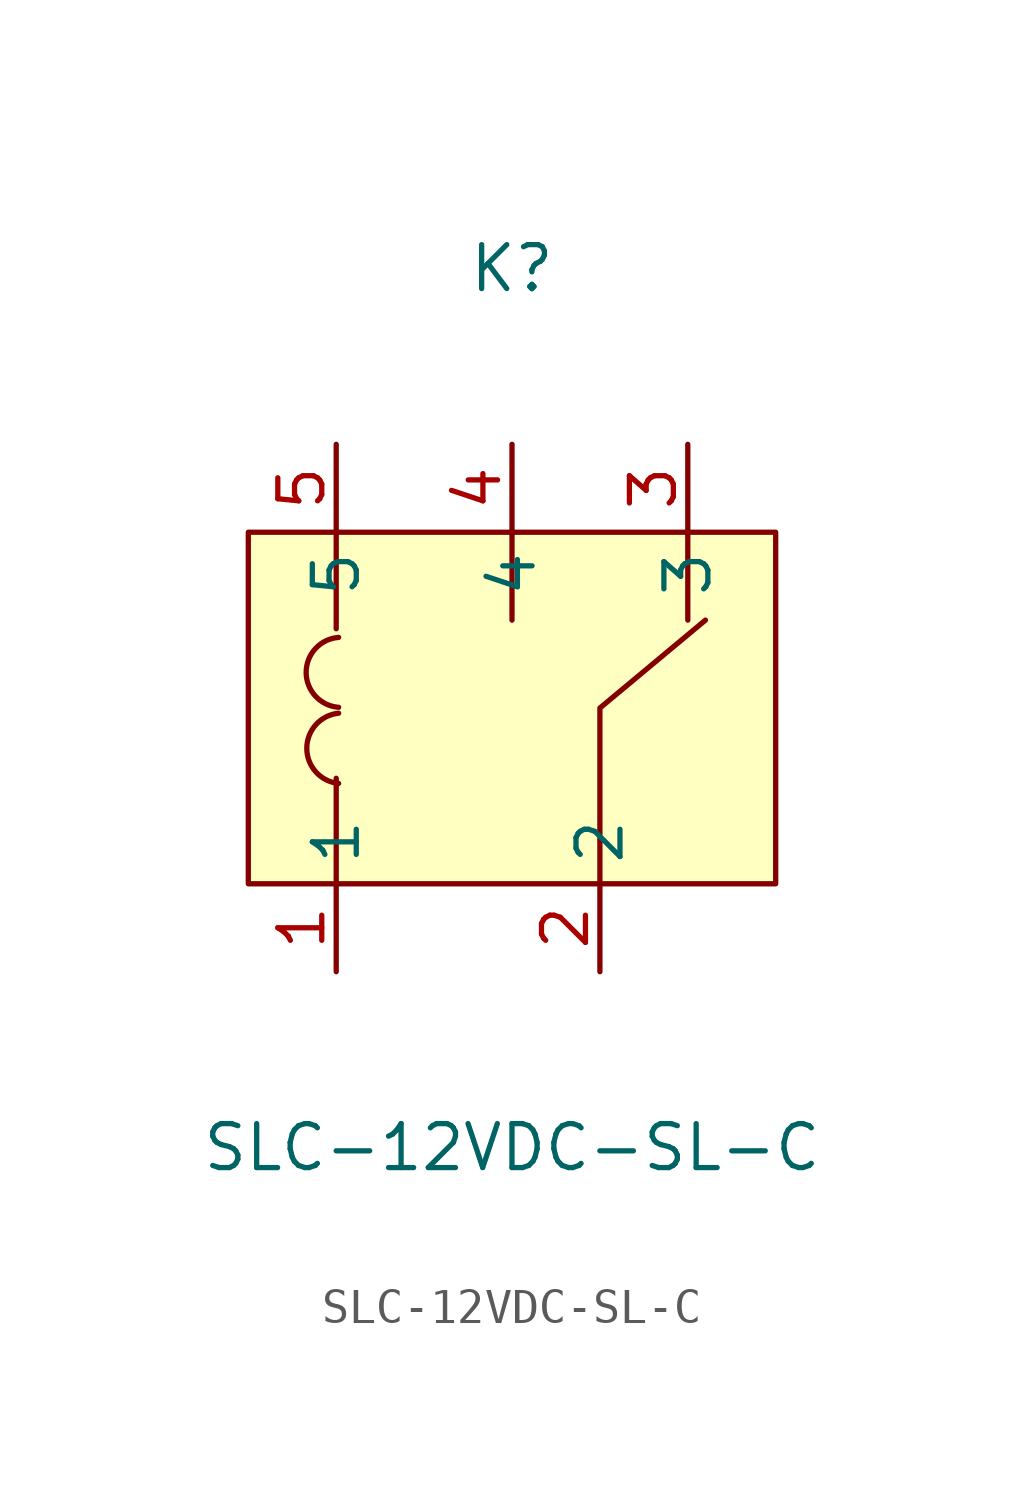
<source format=kicad_sym>
(kicad_symbol_lib
  (version 20211014)
  (generator https://github.com/uPesy/easyeda2kicad.py)
  (symbol "SLC-12VDC-SL-C"
    (property "Reference" "K"
      (at 0 12.70 0)
      (effects (font (size 1.27 1.27))))
    (property "Value" "SLC-12VDC-SL-C"
      (at 0 -12.70 0)
      (effects (font (size 1.27 1.27))))
    (symbol "SLC-12VDC-SL-C_0_1"
      (rectangle (start -7.62 5.08) (end 7.62 -5.08) (stroke (width 0) (type default) (color 0 0 0 0)) (fill (type background)))
      (arc (start -5.01 2.04) (mid -4.64 0.12) (end -5.01 0.02) (stroke (width 0) (type default) (color 0 0 0 0)) (fill (type none)))
      (arc (start -5.01 -0.15) (mid -4.64 -2.07) (end -5.01 -2.18) (stroke (width 0) (type default) (color 0 0 0 0)) (fill (type none)))
      (polyline (pts (xy -5.08 5.08) (xy -5.08 2.29)) (stroke (width 0) (type default) (color 0 0 0 0)) (fill (type none)))
      (polyline (pts (xy -5.08 -5.08) (xy -5.08 -2.03)) (stroke (width 0) (type default) (color 0 0 0 0)) (fill (type none)))
      (polyline (pts (xy 2.54 -5.08) (xy 2.54 -0.00) (xy 5.59 2.54)) (stroke (width 0) (type default) (color 0 0 0 0)) (fill (type none)))
      (polyline (pts (xy 5.08 5.08) (xy 5.08 2.54)) (stroke (width 0) (type default) (color 0 0 0 0)) (fill (type none)))
      (polyline (pts (xy 0.00 5.08) (xy 0.00 2.54)) (stroke (width 0) (type default) (color 0 0 0 0)) (fill (type none)))
      (pin unspecified line (at -5.08 -7.62 90) (length 2.54) (name "1" (effects (font (size 1.27 1.27)))) (number "1" (effects (font (size 1.27 1.27)))))
      (pin unspecified line (at 2.54 -7.62 90) (length 2.54) (name "2" (effects (font (size 1.27 1.27)))) (number "2" (effects (font (size 1.27 1.27)))))
      (pin unspecified line (at 5.08 7.62 270) (length 2.54) (name "3" (effects (font (size 1.27 1.27)))) (number "3" (effects (font (size 1.27 1.27)))))
      (pin unspecified line (at 0.00 7.62 270) (length 2.54) (name "4" (effects (font (size 1.27 1.27)))) (number "4" (effects (font (size 1.27 1.27)))))
      (pin unspecified line (at -5.08 7.62 270) (length 2.54) (name "5" (effects (font (size 1.27 1.27)))) (number "5" (effects (font (size 1.27 1.27))))))))
</source>
